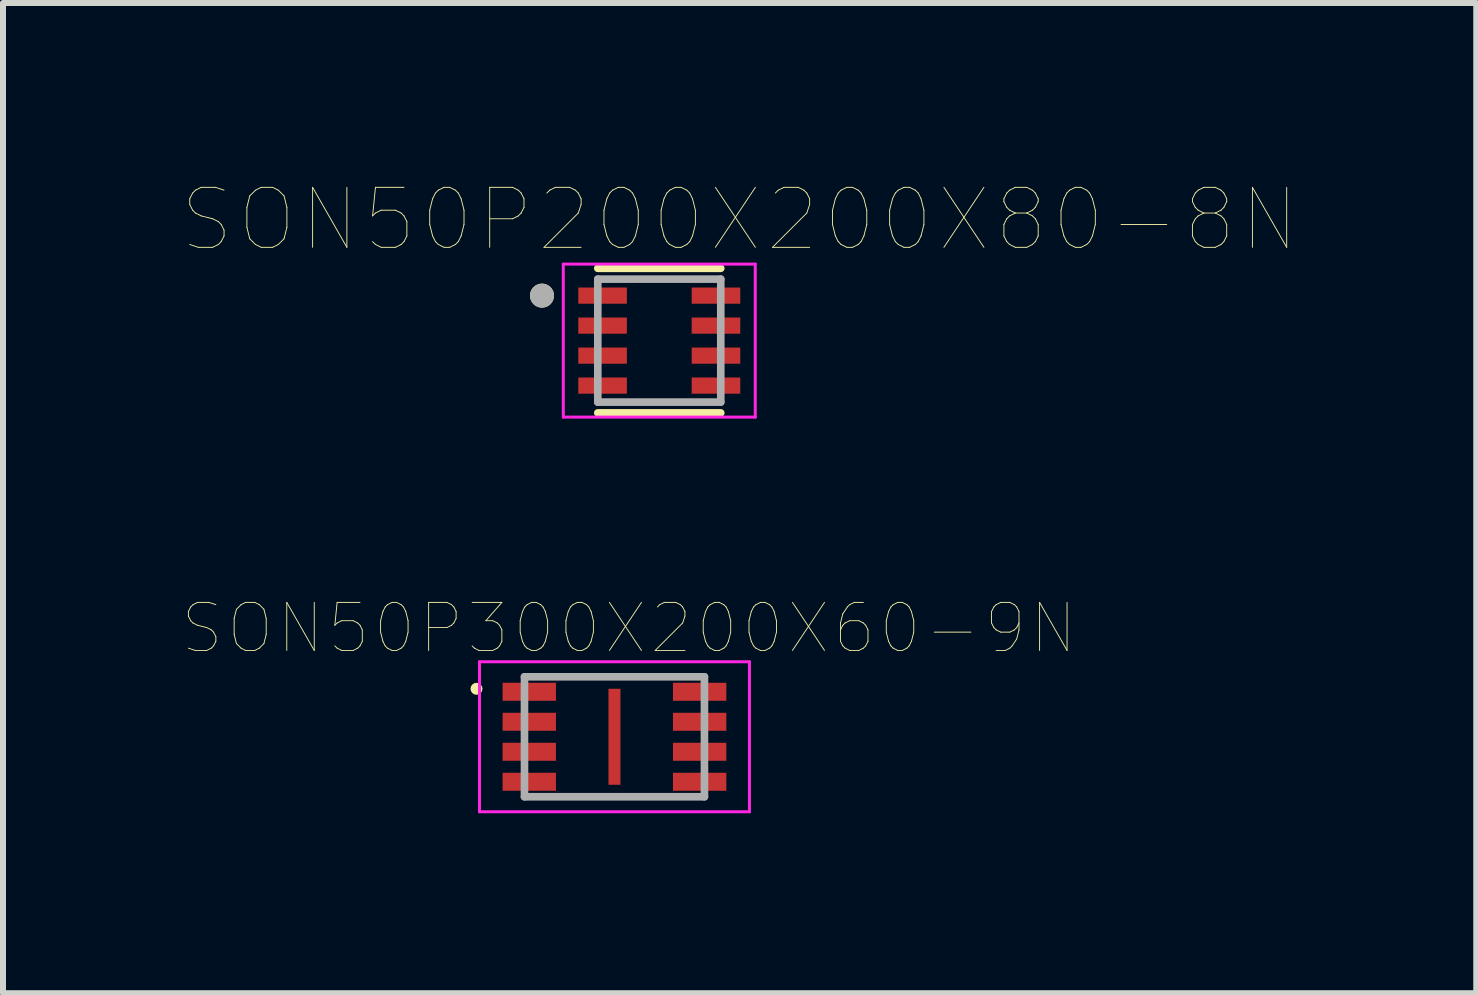
<source format=kicad_pcb>
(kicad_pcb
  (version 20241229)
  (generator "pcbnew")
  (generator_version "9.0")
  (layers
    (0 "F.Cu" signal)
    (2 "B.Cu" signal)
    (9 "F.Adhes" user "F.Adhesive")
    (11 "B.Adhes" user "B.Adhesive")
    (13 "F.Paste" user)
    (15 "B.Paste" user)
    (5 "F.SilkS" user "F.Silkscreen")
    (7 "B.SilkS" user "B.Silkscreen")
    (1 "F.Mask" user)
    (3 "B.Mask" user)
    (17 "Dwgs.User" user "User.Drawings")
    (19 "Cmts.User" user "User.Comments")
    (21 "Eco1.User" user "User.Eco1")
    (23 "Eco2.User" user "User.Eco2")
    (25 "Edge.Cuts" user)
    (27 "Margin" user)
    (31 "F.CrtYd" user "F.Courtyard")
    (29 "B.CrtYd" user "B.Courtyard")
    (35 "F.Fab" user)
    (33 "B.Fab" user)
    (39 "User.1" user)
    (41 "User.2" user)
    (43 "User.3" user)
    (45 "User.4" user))
  (footprint "SON50P200X200X80-8N"
    (layer "F.Cu")
    (at 7.94 2.628)
    (property "Reference" "SON50P200X200X80-8N" (at 1.34 -2.017 0) (layer "F.SilkS") (effects (font (size 1 1) (thickness 0.015))))
    (attr through_hole)
    (fp_line (start -1.025 -1.205) (end 1.025 -1.205) (stroke (width 0.127) (type solid)) (layer "F.SilkS"))
    (fp_line (start -1.025 1.205) (end 1.025 1.205) (stroke (width 0.127) (type solid)) (layer "F.SilkS"))
    (fp_circle (center -1.955 -0.75) (end -1.855 -0.75) (stroke (width 0.2) (type solid)) (fill no) (layer "F.SilkS"))
    (fp_line (start -1.6 -1.275) (end -1.6 1.275) (stroke (width 0.05) (type solid)) (layer "F.CrtYd"))
    (fp_line (start -1.6 -1.275) (end 1.6 -1.275) (stroke (width 0.05) (type solid)) (layer "F.CrtYd"))
    (fp_line (start -1.6 1.275) (end 1.6 1.275) (stroke (width 0.05) (type solid)) (layer "F.CrtYd"))
    (fp_line (start 1.6 -1.275) (end 1.6 1.275) (stroke (width 0.05) (type solid)) (layer "F.CrtYd"))
    (fp_line (start -1.025 -1.025) (end -1.025 1.025) (stroke (width 0.127) (type solid)) (layer "F.Fab"))
    (fp_line (start -1.025 -1.025) (end 1.025 -1.025) (stroke (width 0.127) (type solid)) (layer "F.Fab"))
    (fp_line (start -1.025 1.025) (end 1.025 1.025) (stroke (width 0.127) (type solid)) (layer "F.Fab"))
    (fp_line (start 1.025 -1.025) (end 1.025 1.025) (stroke (width 0.127) (type solid)) (layer "F.Fab"))
    (fp_circle (center -1.955 -0.75) (end -1.855 -0.75) (stroke (width 0.2) (type solid)) (fill no) (layer "F.Fab"))
    (pad "1" smd rect (at -0.945 -0.75) (size 0.81 0.27) (layers "F.Cu" "F.Mask" "F.Paste"))
    (pad "2" smd rect (at -0.945 -0.25) (size 0.81 0.27) (layers "F.Cu" "F.Mask" "F.Paste"))
    (pad "3" smd rect (at -0.945 0.25) (size 0.81 0.27) (layers "F.Cu" "F.Mask" "F.Paste"))
    (pad "4" smd rect (at -0.945 0.75) (size 0.81 0.27) (layers "F.Cu" "F.Mask" "F.Paste"))
    (pad "5" smd rect (at 0.945 0.75) (size 0.81 0.27) (layers "F.Cu" "F.Mask" "F.Paste"))
    (pad "6" smd rect (at 0.945 0.25) (size 0.81 0.27) (layers "F.Cu" "F.Mask" "F.Paste"))
    (pad "7" smd rect (at 0.945 -0.25) (size 0.81 0.27) (layers "F.Cu" "F.Mask" "F.Paste"))
    (pad "8" smd rect (at 0.945 -0.75) (size 0.81 0.27) (layers "F.Cu" "F.Mask" "F.Paste")))
  (footprint "SON50P300X200X60-9N"
    (layer "F.Cu")
    (at 7.193 9.232)
    (property "Reference" "SON50P300X200X60-9N" (at 0.24 -1.809 0) (layer "F.SilkS") (effects (font (size 0.801 0.801) (thickness 0.015))))
    (attr through_hole)
    (fp_circle (center -2.3 -0.8) (end -2.25 -0.8) (stroke (width 0.1) (type solid)) (fill no) (layer "F.SilkS"))
    (fp_line (start -2.25 -1.25) (end 2.25 -1.25) (stroke (width 0.05) (type solid)) (layer "F.CrtYd"))
    (fp_line (start -2.25 1.25) (end -2.25 -1.25) (stroke (width 0.05) (type solid)) (layer "F.CrtYd"))
    (fp_line (start 2.25 -1.25) (end 2.25 1.25) (stroke (width 0.05) (type solid)) (layer "F.CrtYd"))
    (fp_line (start 2.25 1.25) (end -2.25 1.25) (stroke (width 0.05) (type solid)) (layer "F.CrtYd"))
    (fp_line (start -1.5 -1) (end 1.5 -1) (stroke (width 0.127) (type solid)) (layer "F.Fab"))
    (fp_line (start -1.5 1) (end -1.5 -1) (stroke (width 0.127) (type solid)) (layer "F.Fab"))
    (fp_line (start 1.5 -1) (end 1.5 1) (stroke (width 0.127) (type solid)) (layer "F.Fab"))
    (fp_line (start 1.5 1) (end -1.5 1) (stroke (width 0.127) (type solid)) (layer "F.Fab"))
    (pad "1" smd rect (at -1.42 -0.75) (size 0.89 0.3) (layers "F.Cu" "F.Mask" "F.Paste"))
    (pad "2" smd rect (at -1.42 -0.25) (size 0.89 0.3) (layers "F.Cu" "F.Mask" "F.Paste"))
    (pad "3" smd rect (at -1.42 0.25) (size 0.89 0.3) (layers "F.Cu" "F.Mask" "F.Paste"))
    (pad "4" smd rect (at -1.42 0.75) (size 0.89 0.3) (layers "F.Cu" "F.Mask" "F.Paste"))
    (pad "5" smd rect (at 1.42 0.75) (size 0.89 0.3) (layers "F.Cu" "F.Mask" "F.Paste"))
    (pad "6" smd rect (at 1.42 0.25) (size 0.89 0.3) (layers "F.Cu" "F.Mask" "F.Paste"))
    (pad "7" smd rect (at 1.42 -0.25) (size 0.89 0.3) (layers "F.Cu" "F.Mask" "F.Paste"))
    (pad "8" smd rect (at 1.42 -0.75) (size 0.89 0.3) (layers "F.Cu" "F.Mask" "F.Paste"))
    (pad "9" smd rect (at 0 0) (size 0.2 1.6) (layers "F.Cu" "F.Mask" "F.Paste")))
  (gr_rect
    (start -3 -3)
    (end 21.559 13.507)
    (stroke (width 0.1) (type default))
    (fill no)
    (layer "Edge.Cuts")))
</source>
